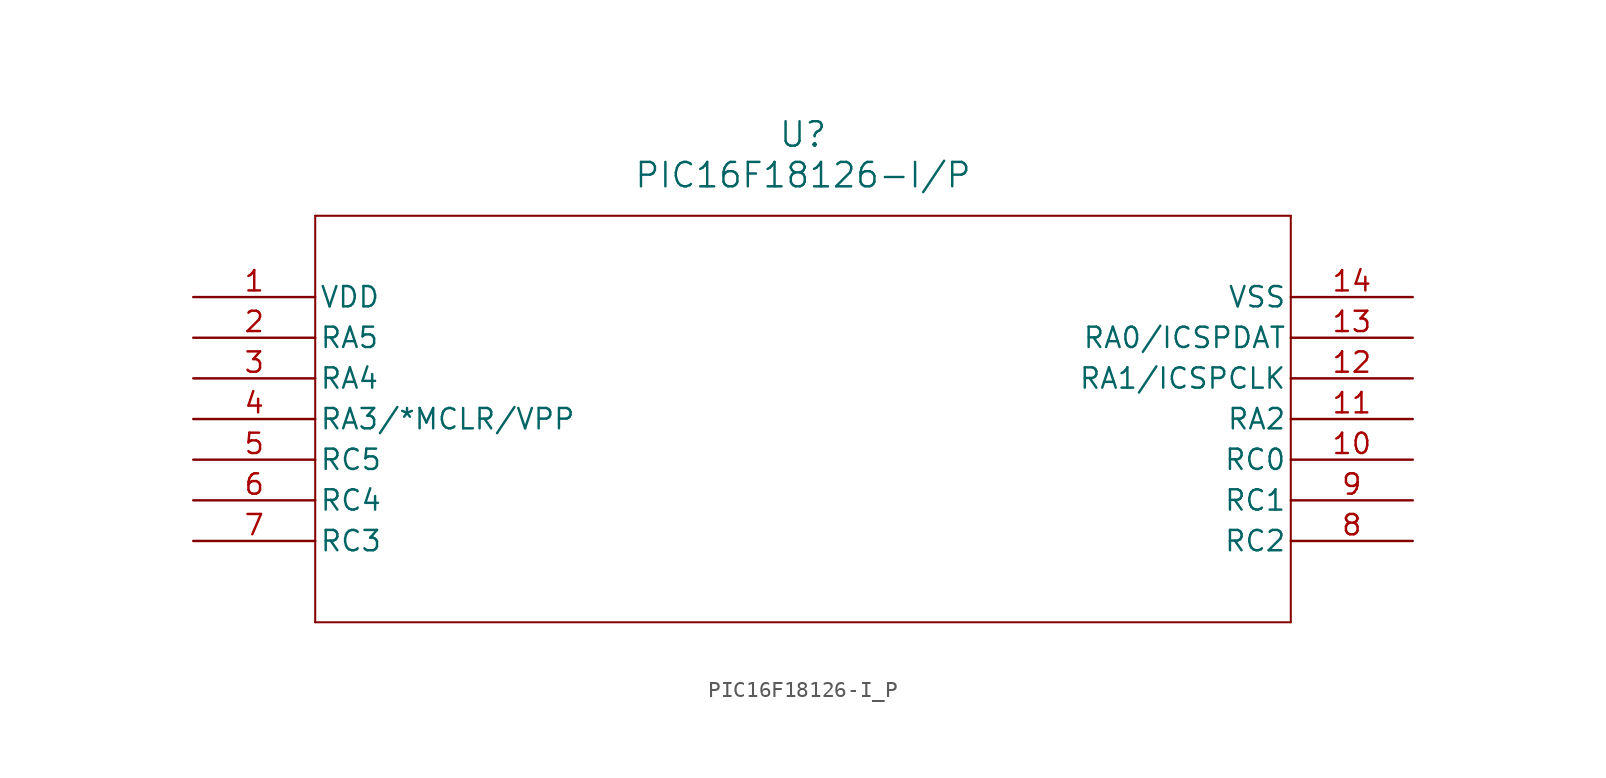
<source format=kicad_sym>
(kicad_symbol_lib
  (version 20211014)
  (generator kicad_symbol_editor)
  (symbol "PIC16F18126-I_P"
    (pin_names
      (offset 0.254))
    (property "Reference" "U"
      (at 38.1 10.16 0)
      (effects (font (size 1.524 1.524))))
    (property "Value" "PIC16F18126-I/P"
      (at 38.1 7.62 0)
      (effects (font (size 1.524 1.524))))
    (symbol "PIC16F18126-I_P_0_1"
      (polyline (pts (xy 7.62 5.08) (xy 7.62 -20.32)) (stroke (width 0.127) (type default) (color 0 0 0 0)) (fill (type none)))
      (polyline (pts (xy 7.62 -20.32) (xy 68.58 -20.32)) (stroke (width 0.127) (type default) (color 0 0 0 0)) (fill (type none)))
      (polyline (pts (xy 68.58 -20.32) (xy 68.58 5.08)) (stroke (width 0.127) (type default) (color 0 0 0 0)) (fill (type none)))
      (polyline (pts (xy 68.58 5.08) (xy 7.62 5.08)) (stroke (width 0.127) (type default) (color 0 0 0 0)) (fill (type none)))
      (pin power_in line (at 0 0 0) (length 7.62) (name "VDD" (effects (font (size 1.27 1.27)))) (number "1" (effects (font (size 1.27 1.27)))))
      (pin bidirectional line (at 0 -2.54 0) (length 7.62) (name "RA5" (effects (font (size 1.27 1.27)))) (number "2" (effects (font (size 1.27 1.27)))))
      (pin bidirectional line (at 0 -5.08 0) (length 7.62) (name "RA4" (effects (font (size 1.27 1.27)))) (number "3" (effects (font (size 1.27 1.27)))))
      (pin bidirectional line (at 0 -7.62 0) (length 7.62) (name "RA3/*MCLR/VPP" (effects (font (size 1.27 1.27)))) (number "4" (effects (font (size 1.27 1.27)))))
      (pin bidirectional line (at 0 -10.16 0) (length 7.62) (name "RC5" (effects (font (size 1.27 1.27)))) (number "5" (effects (font (size 1.27 1.27)))))
      (pin bidirectional line (at 0 -12.7 0) (length 7.62) (name "RC4" (effects (font (size 1.27 1.27)))) (number "6" (effects (font (size 1.27 1.27)))))
      (pin bidirectional line (at 0 -15.24 0) (length 7.62) (name "RC3" (effects (font (size 1.27 1.27)))) (number "7" (effects (font (size 1.27 1.27)))))
      (pin bidirectional line (at 76.2 -15.24 180) (length 7.62) (name "RC2" (effects (font (size 1.27 1.27)))) (number "8" (effects (font (size 1.27 1.27)))))
      (pin bidirectional line (at 76.2 -12.7 180) (length 7.62) (name "RC1" (effects (font (size 1.27 1.27)))) (number "9" (effects (font (size 1.27 1.27)))))
      (pin bidirectional line (at 76.2 -10.16 180) (length 7.62) (name "RC0" (effects (font (size 1.27 1.27)))) (number "10" (effects (font (size 1.27 1.27)))))
      (pin bidirectional line (at 76.2 -7.62 180) (length 7.62) (name "RA2" (effects (font (size 1.27 1.27)))) (number "11" (effects (font (size 1.27 1.27)))))
      (pin bidirectional line (at 76.2 -5.08 180) (length 7.62) (name "RA1/ICSPCLK" (effects (font (size 1.27 1.27)))) (number "12" (effects (font (size 1.27 1.27)))))
      (pin bidirectional line (at 76.2 -2.54 180) (length 7.62) (name "RA0/ICSPDAT" (effects (font (size 1.27 1.27)))) (number "13" (effects (font (size 1.27 1.27)))))
      (pin power_out line (at 76.2 0 180) (length 7.62) (name "VSS" (effects (font (size 1.27 1.27)))) (number "14" (effects (font (size 1.27 1.27))))))))
</source>
